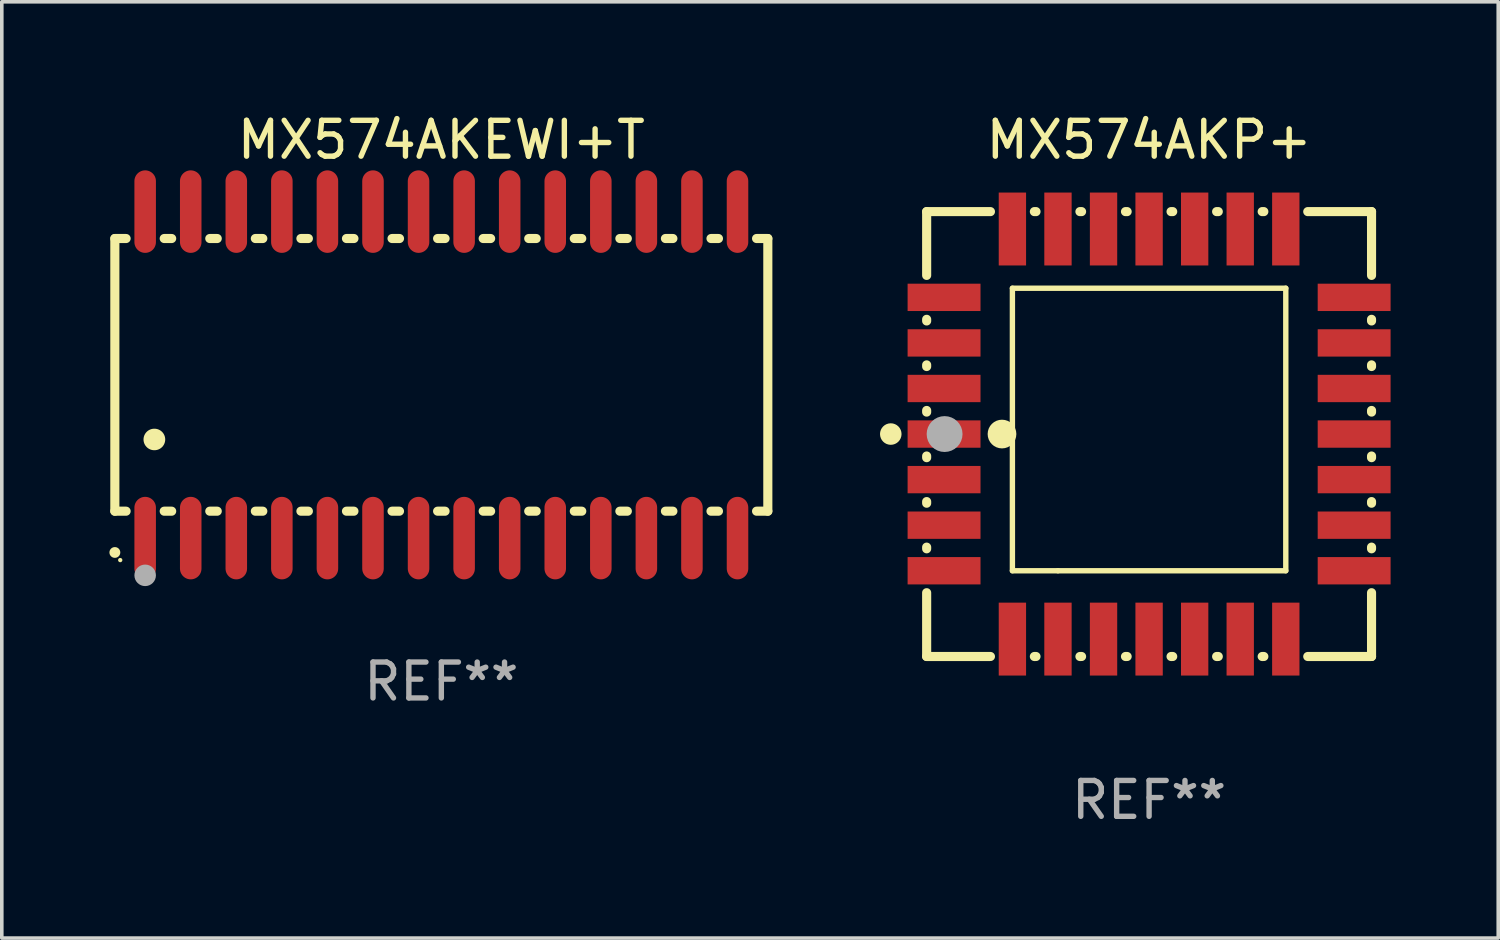
<source format=kicad_pcb>
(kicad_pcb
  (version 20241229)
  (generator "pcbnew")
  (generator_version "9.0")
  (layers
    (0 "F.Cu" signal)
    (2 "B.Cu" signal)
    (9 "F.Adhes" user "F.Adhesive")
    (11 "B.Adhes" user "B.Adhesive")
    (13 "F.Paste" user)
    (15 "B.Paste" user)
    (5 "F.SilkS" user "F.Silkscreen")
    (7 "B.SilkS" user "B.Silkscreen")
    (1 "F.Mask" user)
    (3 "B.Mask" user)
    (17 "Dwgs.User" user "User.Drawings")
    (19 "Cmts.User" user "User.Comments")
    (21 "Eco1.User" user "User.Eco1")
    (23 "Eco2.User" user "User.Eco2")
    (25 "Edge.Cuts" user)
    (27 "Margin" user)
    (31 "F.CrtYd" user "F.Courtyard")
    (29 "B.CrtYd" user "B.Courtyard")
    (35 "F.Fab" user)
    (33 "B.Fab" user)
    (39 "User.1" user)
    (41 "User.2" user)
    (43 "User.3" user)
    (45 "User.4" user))
  (footprint "MX574AKEWI+T"
    (layer "F.Cu")
    (at 9.251 7.398)
    (property "Reference" "MX574AKEWI+T" (at 0 -6.55 0) (layer "F.SilkS") (effects (font (size 1 1) (thickness 0.15))))
    (attr through_hole)
    (fp_line (start -9.1 -3.8) (end -9.1 3.8) (stroke (width 0.254) (type solid)) (layer "F.SilkS"))
    (fp_line (start -9.1 -3.8) (end -8.786 -3.8) (stroke (width 0.254) (type solid)) (layer "F.SilkS"))
    (fp_line (start -9.1 3.8) (end -8.786 3.8) (stroke (width 0.254) (type solid)) (layer "F.SilkS"))
    (fp_line (start -7.724 -3.8) (end -7.516 -3.8) (stroke (width 0.254) (type solid)) (layer "F.SilkS"))
    (fp_line (start -7.724 3.8) (end -7.516 3.8) (stroke (width 0.254) (type solid)) (layer "F.SilkS"))
    (fp_line (start -6.454 -3.8) (end -6.246 -3.8) (stroke (width 0.254) (type solid)) (layer "F.SilkS"))
    (fp_line (start -6.454 3.8) (end -6.246 3.8) (stroke (width 0.254) (type solid)) (layer "F.SilkS"))
    (fp_line (start -5.184 -3.8) (end -4.976 -3.8) (stroke (width 0.254) (type solid)) (layer "F.SilkS"))
    (fp_line (start -5.184 3.8) (end -4.976 3.8) (stroke (width 0.254) (type solid)) (layer "F.SilkS"))
    (fp_line (start -3.914 -3.8) (end -3.706 -3.8) (stroke (width 0.254) (type solid)) (layer "F.SilkS"))
    (fp_line (start -3.914 3.8) (end -3.706 3.8) (stroke (width 0.254) (type solid)) (layer "F.SilkS"))
    (fp_line (start -2.644 -3.8) (end -2.436 -3.8) (stroke (width 0.254) (type solid)) (layer "F.SilkS"))
    (fp_line (start -2.644 3.8) (end -2.436 3.8) (stroke (width 0.254) (type solid)) (layer "F.SilkS"))
    (fp_line (start -1.374 -3.8) (end -1.166 -3.8) (stroke (width 0.254) (type solid)) (layer "F.SilkS"))
    (fp_line (start -1.374 3.8) (end -1.166 3.8) (stroke (width 0.254) (type solid)) (layer "F.SilkS"))
    (fp_line (start -0.104 -3.8) (end 0.104 -3.8) (stroke (width 0.254) (type solid)) (layer "F.SilkS"))
    (fp_line (start -0.104 3.8) (end 0.104 3.8) (stroke (width 0.254) (type solid)) (layer "F.SilkS"))
    (fp_line (start 1.166 -3.8) (end 1.374 -3.8) (stroke (width 0.254) (type solid)) (layer "F.SilkS"))
    (fp_line (start 1.166 3.8) (end 1.374 3.8) (stroke (width 0.254) (type solid)) (layer "F.SilkS"))
    (fp_line (start 2.436 -3.8) (end 2.644 -3.8) (stroke (width 0.254) (type solid)) (layer "F.SilkS"))
    (fp_line (start 2.436 3.8) (end 2.644 3.8) (stroke (width 0.254) (type solid)) (layer "F.SilkS"))
    (fp_line (start 3.706 -3.8) (end 3.914 -3.8) (stroke (width 0.254) (type solid)) (layer "F.SilkS"))
    (fp_line (start 3.706 3.8) (end 3.914 3.8) (stroke (width 0.254) (type solid)) (layer "F.SilkS"))
    (fp_line (start 4.976 -3.8) (end 5.184 -3.8) (stroke (width 0.254) (type solid)) (layer "F.SilkS"))
    (fp_line (start 4.976 3.8) (end 5.184 3.8) (stroke (width 0.254) (type solid)) (layer "F.SilkS"))
    (fp_line (start 6.246 -3.8) (end 6.454 -3.8) (stroke (width 0.254) (type solid)) (layer "F.SilkS"))
    (fp_line (start 6.246 3.8) (end 6.454 3.8) (stroke (width 0.254) (type solid)) (layer "F.SilkS"))
    (fp_line (start 7.516 -3.8) (end 7.724 -3.8) (stroke (width 0.254) (type solid)) (layer "F.SilkS"))
    (fp_line (start 7.516 3.8) (end 7.724 3.8) (stroke (width 0.254) (type solid)) (layer "F.SilkS"))
    (fp_line (start 8.786 -3.8) (end 9.1 -3.8) (stroke (width 0.254) (type solid)) (layer "F.SilkS"))
    (fp_line (start 8.786 3.8) (end 9.1 3.8) (stroke (width 0.254) (type solid)) (layer "F.SilkS"))
    (fp_line (start 9.1 -3.8) (end 9.1 3.8) (stroke (width 0.254) (type solid)) (layer "F.SilkS"))
    (fp_arc (start -9.100864 4.95047) (mid -9.099594 4.950465) (end -9.098324 4.95047) (stroke (width 0.3) (type solid)) (layer "F.SilkS"))
    (fp_arc (start -8.001041 1.800864) (mid -7.998501 1.800853) (end -7.995961 1.800864) (stroke (width 0.6) (type solid)) (layer "F.SilkS"))
    (fp_circle (center -8.95 5.163) (end -8.92 5.163) (stroke (width 0.06) (type solid)) (fill no) (layer "F.SilkS"))
    (fp_circle (center -8.255 5.588) (end -8.105 5.588) (stroke (width 0.3) (type solid)) (fill no) (layer "F.Fab"))
    (fp_text user "REF**" (at 0 8.55 0) (layer "F.Fab") (effects (font (size 1 1) (thickness 0.15))))
    (pad "1" smd oval (at -8.255 4.55 180) (size 0.6 2.3) (layers "F.Cu" "F.Mask" "F.Paste"))
    (pad "2" smd oval (at -6.985 4.55 180) (size 0.6 2.3) (layers "F.Cu" "F.Mask" "F.Paste"))
    (pad "3" smd oval (at -5.715 4.55 180) (size 0.6 2.3) (layers "F.Cu" "F.Mask" "F.Paste"))
    (pad "4" smd oval (at -4.445 4.55 180) (size 0.6 2.3) (layers "F.Cu" "F.Mask" "F.Paste"))
    (pad "5" smd oval (at -3.175 4.55 180) (size 0.6 2.3) (layers "F.Cu" "F.Mask" "F.Paste"))
    (pad "6" smd oval (at -1.905 4.55 180) (size 0.6 2.3) (layers "F.Cu" "F.Mask" "F.Paste"))
    (pad "7" smd oval (at -0.635 4.55 180) (size 0.6 2.3) (layers "F.Cu" "F.Mask" "F.Paste"))
    (pad "8" smd oval (at 0.635 4.55 180) (size 0.6 2.3) (layers "F.Cu" "F.Mask" "F.Paste"))
    (pad "9" smd oval (at 1.905 4.55 180) (size 0.6 2.3) (layers "F.Cu" "F.Mask" "F.Paste"))
    (pad "10" smd oval (at 3.175 4.55 180) (size 0.6 2.3) (layers "F.Cu" "F.Mask" "F.Paste"))
    (pad "11" smd oval (at 4.445 4.55 180) (size 0.6 2.3) (layers "F.Cu" "F.Mask" "F.Paste"))
    (pad "12" smd oval (at 5.715 4.55 180) (size 0.6 2.3) (layers "F.Cu" "F.Mask" "F.Paste"))
    (pad "13" smd oval (at 6.985 4.55 180) (size 0.6 2.3) (layers "F.Cu" "F.Mask" "F.Paste"))
    (pad "14" smd oval (at 8.255 4.55 180) (size 0.6 2.3) (layers "F.Cu" "F.Mask" "F.Paste"))
    (pad "15" smd oval (at 8.255 -4.55 180) (size 0.6 2.3) (layers "F.Cu" "F.Mask" "F.Paste"))
    (pad "16" smd oval (at 6.985 -4.55 180) (size 0.6 2.3) (layers "F.Cu" "F.Mask" "F.Paste"))
    (pad "17" smd oval (at 5.715 -4.55 180) (size 0.6 2.3) (layers "F.Cu" "F.Mask" "F.Paste"))
    (pad "18" smd oval (at 4.445 -4.55 180) (size 0.6 2.3) (layers "F.Cu" "F.Mask" "F.Paste"))
    (pad "19" smd oval (at 3.175 -4.55 180) (size 0.6 2.3) (layers "F.Cu" "F.Mask" "F.Paste"))
    (pad "20" smd oval (at 1.905 -4.55 180) (size 0.6 2.3) (layers "F.Cu" "F.Mask" "F.Paste"))
    (pad "21" smd oval (at 0.635 -4.55 180) (size 0.6 2.3) (layers "F.Cu" "F.Mask" "F.Paste"))
    (pad "22" smd oval (at -0.635 -4.55 180) (size 0.6 2.3) (layers "F.Cu" "F.Mask" "F.Paste"))
    (pad "23" smd oval (at -1.905 -4.55 180) (size 0.6 2.3) (layers "F.Cu" "F.Mask" "F.Paste"))
    (pad "24" smd oval (at -3.175 -4.55 180) (size 0.6 2.3) (layers "F.Cu" "F.Mask" "F.Paste"))
    (pad "25" smd oval (at -4.445 -4.55 180) (size 0.6 2.3) (layers "F.Cu" "F.Mask" "F.Paste"))
    (pad "26" smd oval (at -5.715 -4.55 180) (size 0.6 2.3) (layers "F.Cu" "F.Mask" "F.Paste"))
    (pad "27" smd oval (at -6.985 -4.55 180) (size 0.6 2.3) (layers "F.Cu" "F.Mask" "F.Paste"))
    (pad "28" smd oval (at -8.255 -4.55 180) (size 0.6 2.3) (layers "F.Cu" "F.Mask" "F.Paste")))
  (footprint "MX574AKP+"
    (layer "F.Cu")
    (at 28.978 9.048)
    (property "Reference" "MX574AKP+" (at 0 -8.2 0) (layer "F.SilkS") (effects (font (size 1 1) (thickness 0.15))))
    (attr through_hole)
    (fp_line (start -6.2 -6.2) (end -4.422 -6.2) (stroke (width 0.254) (type solid)) (layer "F.SilkS"))
    (fp_line (start -6.2 -4.422) (end -6.2 -6.2) (stroke (width 0.254) (type solid)) (layer "F.SilkS"))
    (fp_line (start -6.2 -3.152) (end -6.2 -3.198) (stroke (width 0.254) (type solid)) (layer "F.SilkS"))
    (fp_line (start -6.2 -1.882) (end -6.2 -1.928) (stroke (width 0.254) (type solid)) (layer "F.SilkS"))
    (fp_line (start -6.2 -0.612) (end -6.2 -0.658) (stroke (width 0.254) (type solid)) (layer "F.SilkS"))
    (fp_line (start -6.2 0.658) (end -6.2 0.612) (stroke (width 0.254) (type solid)) (layer "F.SilkS"))
    (fp_line (start -6.2 1.928) (end -6.2 1.882) (stroke (width 0.254) (type solid)) (layer "F.SilkS"))
    (fp_line (start -6.2 3.198) (end -6.2 3.152) (stroke (width 0.254) (type solid)) (layer "F.SilkS"))
    (fp_line (start -6.2 6.2) (end -6.2 4.422) (stroke (width 0.254) (type solid)) (layer "F.SilkS"))
    (fp_line (start -4.422 6.2) (end -6.2 6.2) (stroke (width 0.254) (type solid)) (layer "F.SilkS"))
    (fp_line (start -3.81 -4.064) (end 3.81 -4.064) (stroke (width 0.15) (type solid)) (layer "F.SilkS"))
    (fp_line (start -3.81 3.81) (end -3.81 -4.064) (stroke (width 0.15) (type solid)) (layer "F.SilkS"))
    (fp_line (start -3.198 -6.2) (end -3.152 -6.2) (stroke (width 0.254) (type solid)) (layer "F.SilkS"))
    (fp_line (start -3.152 6.2) (end -3.198 6.2) (stroke (width 0.254) (type solid)) (layer "F.SilkS"))
    (fp_line (start -2.54 3.81) (end -3.81 3.81) (stroke (width 0.15) (type solid)) (layer "F.SilkS"))
    (fp_line (start -1.928 -6.2) (end -1.882 -6.2) (stroke (width 0.254) (type solid)) (layer "F.SilkS"))
    (fp_line (start -1.882 6.2) (end -1.928 6.2) (stroke (width 0.254) (type solid)) (layer "F.SilkS"))
    (fp_line (start -0.658 -6.2) (end -0.612 -6.2) (stroke (width 0.254) (type solid)) (layer "F.SilkS"))
    (fp_line (start -0.612 6.2) (end -0.658 6.2) (stroke (width 0.254) (type solid)) (layer "F.SilkS"))
    (fp_line (start 0.612 -6.2) (end 0.658 -6.2) (stroke (width 0.254) (type solid)) (layer "F.SilkS"))
    (fp_line (start 0.658 6.2) (end 0.612 6.2) (stroke (width 0.254) (type solid)) (layer "F.SilkS"))
    (fp_line (start 1.882 -6.2) (end 1.928 -6.2) (stroke (width 0.254) (type solid)) (layer "F.SilkS"))
    (fp_line (start 1.928 6.2) (end 1.882 6.2) (stroke (width 0.254) (type solid)) (layer "F.SilkS"))
    (fp_line (start 3.152 -6.2) (end 3.198 -6.2) (stroke (width 0.254) (type solid)) (layer "F.SilkS"))
    (fp_line (start 3.198 6.2) (end 3.152 6.2) (stroke (width 0.254) (type solid)) (layer "F.SilkS"))
    (fp_line (start 3.81 -4.064) (end 3.81 3.81) (stroke (width 0.15) (type solid)) (layer "F.SilkS"))
    (fp_line (start 3.81 3.81) (end -2.54 3.81) (stroke (width 0.15) (type solid)) (layer "F.SilkS"))
    (fp_line (start 4.422 -6.2) (end 6.2 -6.2) (stroke (width 0.254) (type solid)) (layer "F.SilkS"))
    (fp_line (start 6.2 -6.2) (end 6.2 -4.422) (stroke (width 0.254) (type solid)) (layer "F.SilkS"))
    (fp_line (start 6.2 -3.198) (end 6.2 -3.152) (stroke (width 0.254) (type solid)) (layer "F.SilkS"))
    (fp_line (start 6.2 -1.928) (end 6.2 -1.882) (stroke (width 0.254) (type solid)) (layer "F.SilkS"))
    (fp_line (start 6.2 -0.658) (end 6.2 -0.612) (stroke (width 0.254) (type solid)) (layer "F.SilkS"))
    (fp_line (start 6.2 0.612) (end 6.2 0.658) (stroke (width 0.254) (type solid)) (layer "F.SilkS"))
    (fp_line (start 6.2 1.882) (end 6.2 1.928) (stroke (width 0.254) (type solid)) (layer "F.SilkS"))
    (fp_line (start 6.2 3.152) (end 6.2 3.198) (stroke (width 0.254) (type solid)) (layer "F.SilkS"))
    (fp_line (start 6.2 4.422) (end 6.2 6.2) (stroke (width 0.254) (type solid)) (layer "F.SilkS"))
    (fp_line (start 6.2 6.2) (end 4.422 6.2) (stroke (width 0.254) (type solid)) (layer "F.SilkS"))
    (fp_circle (center -7.2 0) (end -7.05 0) (stroke (width 0.3) (type solid)) (fill no) (layer "F.SilkS"))
    (fp_circle (center -6.223 6.223) (end -6.193 6.223) (stroke (width 0.06) (type solid)) (fill no) (layer "F.SilkS"))
    (fp_circle (center -4.1 0) (end -3.9 0) (stroke (width 0.4) (type solid)) (fill no) (layer "F.SilkS"))
    (fp_circle (center -5.7 0) (end -5.45 0) (stroke (width 0.5) (type solid)) (fill no) (layer "F.Fab"))
    (fp_text user "REF**" (at 0 10.2 0) (layer "F.Fab") (effects (font (size 1 1) (thickness 0.15))))
    (pad "1" smd rect (at -5.715 0) (size 2.032 0.762) (layers "F.Cu" "F.Mask" "F.Paste"))
    (pad "2" smd rect (at -5.715 1.27) (size 2.032 0.762) (layers "F.Cu" "F.Mask" "F.Paste"))
    (pad "3" smd rect (at -5.715 2.54) (size 2.032 0.762) (layers "F.Cu" "F.Mask" "F.Paste"))
    (pad "4" smd rect (at -5.715 3.81) (size 2.032 0.762) (layers "F.Cu" "F.Mask" "F.Paste"))
    (pad "5" smd rect (at -3.81 5.715) (size 0.762 2.032) (layers "F.Cu" "F.Mask" "F.Paste"))
    (pad "6" smd rect (at -2.54 5.715) (size 0.762 2.032) (layers "F.Cu" "F.Mask" "F.Paste"))
    (pad "7" smd rect (at -1.27 5.715) (size 0.762 2.032) (layers "F.Cu" "F.Mask" "F.Paste"))
    (pad "8" smd rect (at 0 5.715) (size 0.762 2.032) (layers "F.Cu" "F.Mask" "F.Paste"))
    (pad "9" smd rect (at 1.27 5.715) (size 0.762 2.032) (layers "F.Cu" "F.Mask" "F.Paste"))
    (pad "10" smd rect (at 2.54 5.715) (size 0.762 2.032) (layers "F.Cu" "F.Mask" "F.Paste"))
    (pad "11" smd rect (at 3.81 5.715) (size 0.762 2.032) (layers "F.Cu" "F.Mask" "F.Paste"))
    (pad "12" smd rect (at 5.715 3.81) (size 2.032 0.762) (layers "F.Cu" "F.Mask" "F.Paste"))
    (pad "13" smd rect (at 5.715 2.54) (size 2.032 0.762) (layers "F.Cu" "F.Mask" "F.Paste"))
    (pad "14" smd rect (at 5.715 1.27) (size 2.032 0.762) (layers "F.Cu" "F.Mask" "F.Paste"))
    (pad "15" smd rect (at 5.715 0) (size 2.032 0.762) (layers "F.Cu" "F.Mask" "F.Paste"))
    (pad "16" smd rect (at 5.715 -1.27) (size 2.032 0.762) (layers "F.Cu" "F.Mask" "F.Paste"))
    (pad "17" smd rect (at 5.715 -2.54) (size 2.032 0.762) (layers "F.Cu" "F.Mask" "F.Paste"))
    (pad "18" smd rect (at 5.715 -3.81) (size 2.032 0.762) (layers "F.Cu" "F.Mask" "F.Paste"))
    (pad "19" smd rect (at 3.81 -5.715) (size 0.762 2.032) (layers "F.Cu" "F.Mask" "F.Paste"))
    (pad "20" smd rect (at 2.54 -5.715) (size 0.762 2.032) (layers "F.Cu" "F.Mask" "F.Paste"))
    (pad "21" smd rect (at 1.27 -5.715) (size 0.762 2.032) (layers "F.Cu" "F.Mask" "F.Paste"))
    (pad "22" smd rect (at 0 -5.715) (size 0.762 2.032) (layers "F.Cu" "F.Mask" "F.Paste"))
    (pad "23" smd rect (at -1.27 -5.715) (size 0.762 2.032) (layers "F.Cu" "F.Mask" "F.Paste"))
    (pad "24" smd rect (at -2.54 -5.715) (size 0.762 2.032) (layers "F.Cu" "F.Mask" "F.Paste"))
    (pad "25" smd rect (at -3.81 -5.715) (size 0.762 2.032) (layers "F.Cu" "F.Mask" "F.Paste"))
    (pad "26" smd rect (at -5.715 -3.81) (size 2.032 0.762) (layers "F.Cu" "F.Mask" "F.Paste"))
    (pad "27" smd rect (at -5.715 -2.54) (size 2.032 0.762) (layers "F.Cu" "F.Mask" "F.Paste"))
    (pad "28" smd rect (at -5.715 -1.27) (size 2.032 0.762) (layers "F.Cu" "F.Mask" "F.Paste")))
  (gr_rect
    (start -3 -3)
    (end 38.709 23.096)
    (stroke (width 0.1) (type default))
    (fill no)
    (layer "Edge.Cuts")))
</source>
